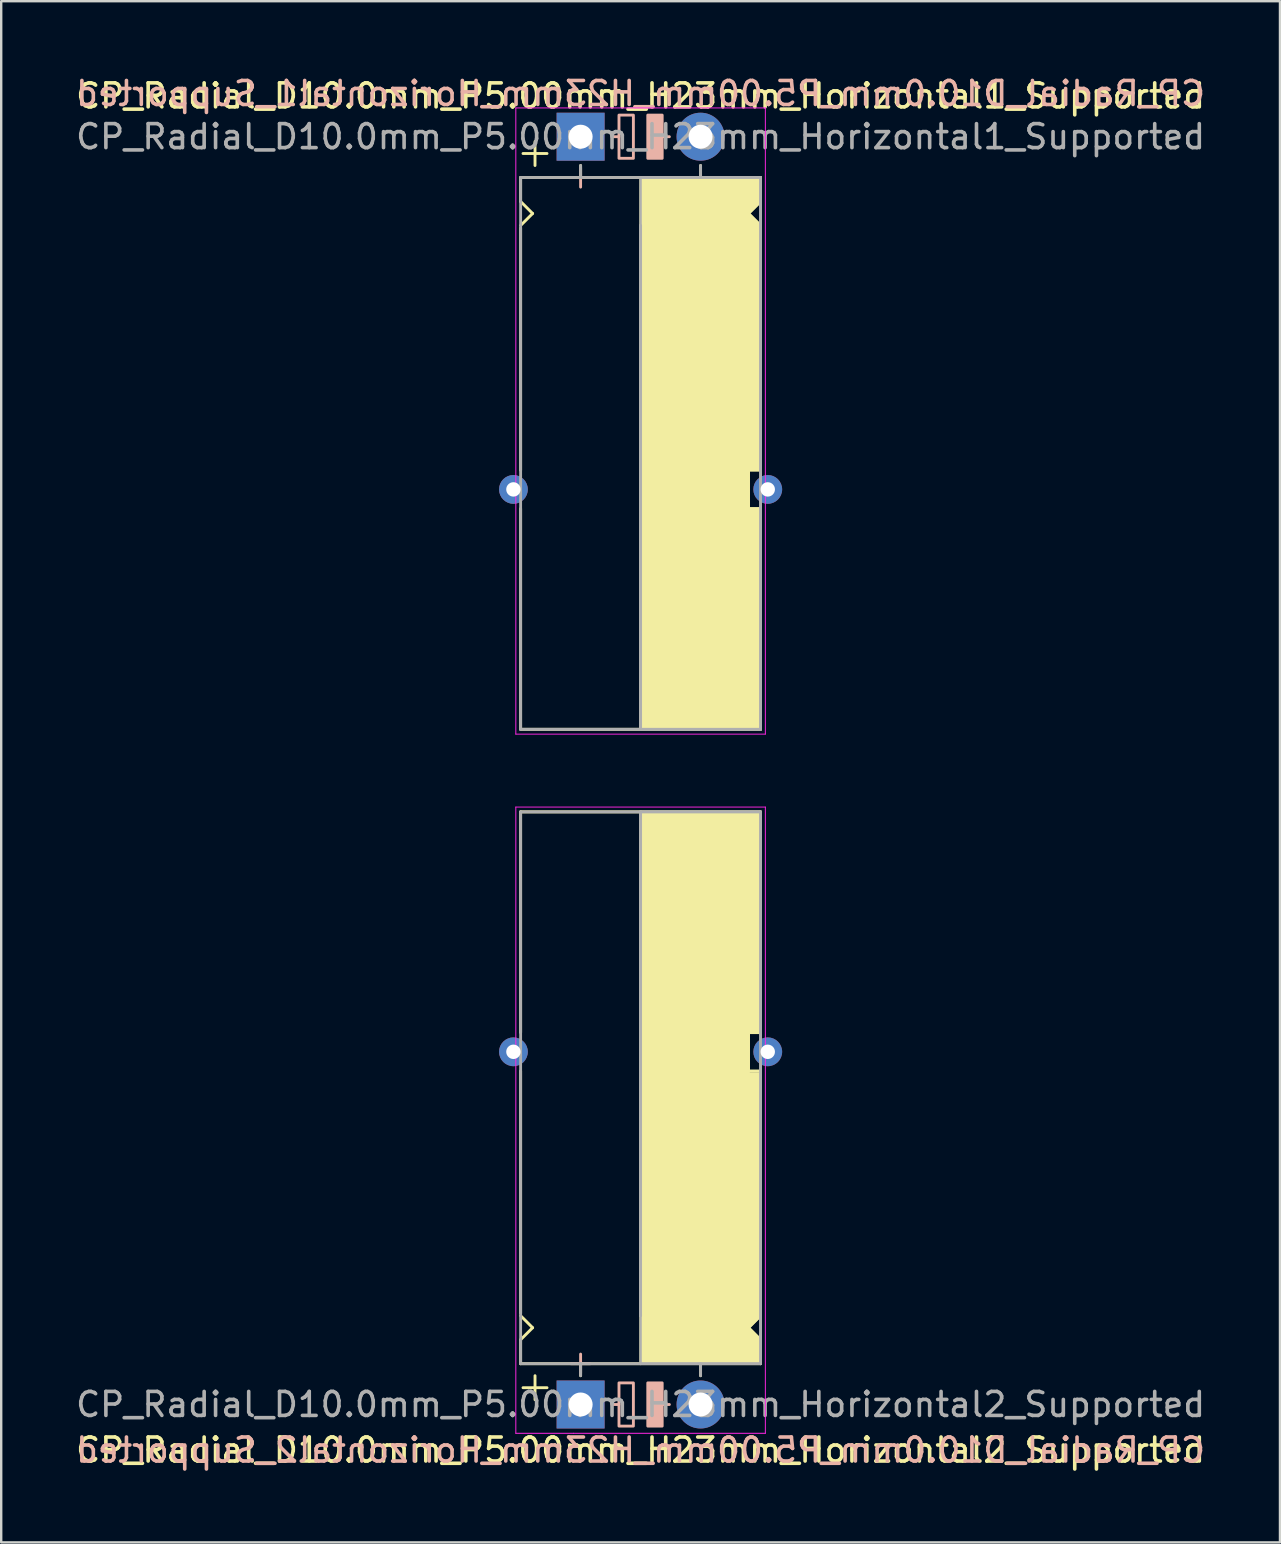
<source format=kicad_pcb>
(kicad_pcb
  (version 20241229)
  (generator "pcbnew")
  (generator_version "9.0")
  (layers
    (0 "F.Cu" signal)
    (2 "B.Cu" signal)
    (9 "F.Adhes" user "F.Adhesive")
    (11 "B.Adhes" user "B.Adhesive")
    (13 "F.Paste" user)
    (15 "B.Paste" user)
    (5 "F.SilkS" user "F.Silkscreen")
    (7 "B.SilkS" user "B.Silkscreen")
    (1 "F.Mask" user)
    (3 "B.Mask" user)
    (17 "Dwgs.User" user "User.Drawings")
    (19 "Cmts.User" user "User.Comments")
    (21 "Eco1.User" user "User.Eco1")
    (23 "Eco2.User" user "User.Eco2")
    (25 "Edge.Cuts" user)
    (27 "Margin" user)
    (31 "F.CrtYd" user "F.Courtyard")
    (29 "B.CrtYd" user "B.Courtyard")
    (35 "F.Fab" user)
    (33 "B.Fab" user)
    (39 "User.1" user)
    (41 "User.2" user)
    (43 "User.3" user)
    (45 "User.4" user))
  (footprint "CP_Radial_D10.0mm_P5.00mm_H23mm_Horizontal2_Supported"
    (layer "F.Cu")
    (at 21.149 55.488)
    (property "Reference" "CP_Radial_D10.0mm_P5.00mm_H23mm_Horizontal2_Supported" (at 2.5 1.9 180) (layer "F.SilkS") (effects (font (size 1 1) (thickness 0.15))))
    (fp_line (start -2.5 -24.7) (end 7.5 -24.7) (stroke (width 0.12) (type solid)) (layer "F.SilkS"))
    (fp_line (start -2.5 -15.5) (end -2.5 -24.7) (stroke (width 0.12) (type solid)) (layer "F.SilkS"))
    (fp_line (start -2.5 -3.8) (end -2.5 -13.9) (stroke (width 0.12) (type solid)) (layer "F.SilkS"))
    (fp_line (start -2.5 -2.7) (end -2 -3.2) (stroke (width 0.12) (type solid)) (layer "F.SilkS"))
    (fp_line (start -2.5 -1.7) (end -2.5 -2.7) (stroke (width 0.12) (type solid)) (layer "F.SilkS"))
    (fp_line (start -2 -3.2) (end -2.5 -3.7) (stroke (width 0.12) (type solid)) (layer "F.SilkS"))
    (fp_line (start -1.9 -1.2) (end -1.9 -0.2) (stroke (width 0.12) (type solid)) (layer "F.SilkS"))
    (fp_line (start -1.4 -0.7) (end -2.4 -0.7) (stroke (width 0.12) (type solid)) (layer "F.SilkS"))
    (fp_line (start 0 -1.7) (end 0 -1.2) (stroke (width 0.12) (type solid)) (layer "F.SilkS"))
    (fp_line (start 2.5 -24.7) (end 2.5 -3.7) (stroke (width 0.12) (type solid)) (layer "F.SilkS"))
    (fp_line (start 2.5 -1.7) (end -2.5 -1.7) (stroke (width 0.12) (type solid)) (layer "F.SilkS"))
    (fp_line (start 5 -1.7) (end 5 -1.2) (stroke (width 0.12) (type solid)) (layer "F.SilkS"))
    (fp_line (start 7 -15.5) (end 7 -14.9) (stroke (width 0.12) (type solid)) (layer "F.SilkS"))
    (fp_line (start 7 -14.9) (end 7 -13.9) (stroke (width 0.12) (type solid)) (layer "F.SilkS"))
    (fp_line (start 7 -13.9) (end 7.5 -13.9) (stroke (width 0.12) (type solid)) (layer "F.SilkS"))
    (fp_line (start 7 -3.2) (end 7.5 -3.7) (stroke (width 0.12) (type solid)) (layer "F.SilkS"))
    (fp_line (start 7.5 -15.5) (end 7 -15.5) (stroke (width 0.12) (type solid)) (layer "F.SilkS"))
    (fp_line (start 7.5 -15.5) (end 7.5 -24.7) (stroke (width 0.12) (type solid)) (layer "F.SilkS"))
    (fp_line (start 7.5 -4.7) (end 7.5 -13.9) (stroke (width 0.12) (type solid)) (layer "F.SilkS"))
    (fp_line (start 7.5 -2.7) (end 7 -3.2) (stroke (width 0.12) (type solid)) (layer "F.SilkS"))
    (fp_line (start 7.5 -1.7) (end 2.5 -1.7) (stroke (width 0.12) (type solid)) (layer "F.SilkS"))
    (fp_line (start 7.5 -1.7) (end 7.5 -2.7) (stroke (width 0.12) (type solid)) (layer "F.SilkS"))
    (fp_poly (pts (xy 7.5 -2.7) (xy 7 -3.2) (xy 7.5 -3.7) (xy 7.5 -13.8) (xy 7 -13.8) (xy 7 -15.5) (xy 7.5 -15.5) (xy 7.5 -24.7) (xy 2.5 -24.7) (xy 2.5 -1.7) (xy 7.5 -1.7)) (stroke (width 0.1) (type solid)) (fill yes) (layer "F.SilkS"))
    (fp_line (start 0 -2.1) (end 0 -1.3) (stroke (width 0.12) (type solid)) (layer "B.SilkS"))
    (fp_line (start 0.4 -1.7) (end -0.4 -1.7) (stroke (width 0.12) (type solid)) (layer "B.SilkS"))
    (fp_line (start 1.6 0) (end 1.3 0) (stroke (width 0.12) (type solid)) (layer "B.SilkS"))
    (fp_line (start 3.7 0) (end 3.4 0) (stroke (width 0.12) (type solid)) (layer "B.SilkS"))
    (fp_rect (start 2.2 -0.9) (end 1.6 0.9) (stroke (width 0.12) (type solid)) (fill no) (layer "B.SilkS"))
    (fp_rect (start 3.4 -0.9) (end 2.8 0.9) (stroke (width 0.12) (type solid)) (fill yes) (layer "B.SilkS"))
    (fp_line (start -2.7 -24.9) (end -2.7 1.2) (stroke (width 0.04) (type solid)) (layer "F.CrtYd"))
    (fp_line (start -2.7 1.2) (end -0.3 1.2) (stroke (width 0.04) (type solid)) (layer "F.CrtYd"))
    (fp_line (start 7.7 -24.9) (end -2.7 -24.9) (stroke (width 0.04) (type solid)) (layer "F.CrtYd"))
    (fp_line (start 7.7 1.2) (end -0.3 1.2) (stroke (width 0.04) (type solid)) (layer "F.CrtYd"))
    (fp_line (start 7.7 1.2) (end 7.7 -24.9) (stroke (width 0.04) (type solid)) (layer "F.CrtYd"))
    (fp_line (start -2.5 -24.7) (end 7.5 -24.7) (stroke (width 0.12) (type solid)) (layer "F.Fab"))
    (fp_line (start -2.5 -1.7) (end -2.5 -24.7) (stroke (width 0.12) (type solid)) (layer "F.Fab"))
    (fp_line (start 0 -1.7) (end 0 -1.2) (stroke (width 0.12) (type solid)) (layer "F.Fab"))
    (fp_line (start 2.5 -3.7) (end 2.5 -24.7) (stroke (width 0.12) (type solid)) (layer "F.Fab"))
    (fp_line (start 5 -1.7) (end 5 -1.2) (stroke (width 0.12) (type solid)) (layer "F.Fab"))
    (fp_line (start 7.5 -24.7) (end 7.5 -1.7) (stroke (width 0.12) (type solid)) (layer "F.Fab"))
    (fp_line (start 7.5 -1.7) (end -2.5 -1.7) (stroke (width 0.12) (type solid)) (layer "F.Fab"))
    (fp_poly (pts (xy 7.5 -24.7) (xy 2.5 -24.7) (xy 2.5 -1.7) (xy 7.5 -1.7)) (stroke (width 0.1) (type solid)) (fill no) (layer "F.Fab"))
    (fp_text user "${REFERENCE}" (at 2.5 1.9 0) (layer "B.SilkS") (effects (font (size 1 1) (thickness 0.15)) (justify mirror)))
    (fp_text user "${REFERENCE}" (at 2.5 0 0) (layer "F.Fab") (effects (font (size 1 1) (thickness 0.15))))
    (pad "1" thru_hole rect (at 0 0) (size 2 2) (drill 1) (layers "*.Cu" "*.Mask"))
    (pad "2" thru_hole circle (at 5 0) (size 2 2) (drill 1) (layers "*.Cu" "*.Mask"))
    (pad "~" thru_hole circle (at -2.8 -14.7 180) (size 1.2 1.2) (drill 0.6) (layers "*.Cu" "*.Mask"))
    (pad "~" thru_hole circle (at 7.8 -14.7 180) (size 1.2 1.2) (drill 0.6) (layers "*.Cu" "*.Mask")))
  (footprint "CP_Radial_D10.0mm_P5.00mm_H23mm_Horizontal1_Supported"
    (layer "F.Cu")
    (at 21.149 2.648)
    (property "Reference" "CP_Radial_D10.0mm_P5.00mm_H23mm_Horizontal1_Supported" (at 2.5 -1.7 0) (layer "F.SilkS") (effects (font (size 1 1) (thickness 0.15))))
    (fp_line (start -2.5 1.7) (end -2.5 2.7) (stroke (width 0.12) (type solid)) (layer "F.SilkS"))
    (fp_line (start -2.5 2.7) (end -2 3.2) (stroke (width 0.12) (type solid)) (layer "F.SilkS"))
    (fp_line (start -2.5 3.8) (end -2.5 13.9) (stroke (width 0.12) (type solid)) (layer "F.SilkS"))
    (fp_line (start -2.5 15.5) (end -2.5 24.7) (stroke (width 0.12) (type solid)) (layer "F.SilkS"))
    (fp_line (start -2.5 24.7) (end 7.5 24.7) (stroke (width 0.12) (type solid)) (layer "F.SilkS"))
    (fp_line (start -2 3.2) (end -2.5 3.7) (stroke (width 0.12) (type solid)) (layer "F.SilkS"))
    (fp_line (start -1.9 0.2) (end -1.9 1.2) (stroke (width 0.12) (type solid)) (layer "F.SilkS"))
    (fp_line (start -1.4 0.7) (end -2.4 0.7) (stroke (width 0.12) (type solid)) (layer "F.SilkS"))
    (fp_line (start 0 1.7) (end 0 1.2) (stroke (width 0.12) (type solid)) (layer "F.SilkS"))
    (fp_line (start 2.5 1.7) (end -2.5 1.7) (stroke (width 0.12) (type solid)) (layer "F.SilkS"))
    (fp_line (start 2.5 24.7) (end 2.5 3.7) (stroke (width 0.12) (type solid)) (layer "F.SilkS"))
    (fp_line (start 5 1.7) (end 5 1.2) (stroke (width 0.12) (type solid)) (layer "F.SilkS"))
    (fp_line (start 7 3.2) (end 7.5 3.7) (stroke (width 0.12) (type solid)) (layer "F.SilkS"))
    (fp_line (start 7 13.9) (end 7.5 13.9) (stroke (width 0.12) (type solid)) (layer "F.SilkS"))
    (fp_line (start 7 14.9) (end 7 13.9) (stroke (width 0.12) (type solid)) (layer "F.SilkS"))
    (fp_line (start 7 15.5) (end 7 14.9) (stroke (width 0.12) (type solid)) (layer "F.SilkS"))
    (fp_line (start 7.5 1.7) (end 2.5 1.7) (stroke (width 0.12) (type solid)) (layer "F.SilkS"))
    (fp_line (start 7.5 1.7) (end 7.5 2.7) (stroke (width 0.12) (type solid)) (layer "F.SilkS"))
    (fp_line (start 7.5 2.7) (end 7 3.2) (stroke (width 0.12) (type solid)) (layer "F.SilkS"))
    (fp_line (start 7.5 4.7) (end 7.5 13.9) (stroke (width 0.12) (type solid)) (layer "F.SilkS"))
    (fp_line (start 7.5 15.5) (end 7 15.5) (stroke (width 0.12) (type solid)) (layer "F.SilkS"))
    (fp_line (start 7.5 15.5) (end 7.5 24.7) (stroke (width 0.12) (type solid)) (layer "F.SilkS"))
    (fp_poly (pts (xy 7.5 2.7) (xy 7 3.2) (xy 7.5 3.7) (xy 7.5 13.8) (xy 7 13.8) (xy 7 15.5) (xy 7.5 15.5) (xy 7.5 24.7) (xy 2.5 24.7) (xy 2.5 1.7) (xy 7.5 1.7)) (stroke (width 0.1) (type solid)) (fill yes) (layer "F.SilkS"))
    (fp_line (start 0 1.3) (end 0 2.1) (stroke (width 0.12) (type solid)) (layer "B.SilkS"))
    (fp_line (start 0.4 1.7) (end -0.4 1.7) (stroke (width 0.12) (type solid)) (layer "B.SilkS"))
    (fp_line (start 1.6 0) (end 1.3 0) (stroke (width 0.12) (type solid)) (layer "B.SilkS"))
    (fp_line (start 3.7 0) (end 3.4 0) (stroke (width 0.12) (type solid)) (layer "B.SilkS"))
    (fp_rect (start 2.2 -0.9) (end 1.6 0.9) (stroke (width 0.12) (type solid)) (fill no) (layer "B.SilkS"))
    (fp_rect (start 3.4 -0.9) (end 2.8 0.9) (stroke (width 0.12) (type solid)) (fill yes) (layer "B.SilkS"))
    (fp_line (start -2.7 -1.2) (end 5.3 -1.2) (stroke (width 0.04) (type solid)) (layer "F.CrtYd"))
    (fp_line (start -2.7 24.9) (end -2.7 -1.2) (stroke (width 0.04) (type solid)) (layer "F.CrtYd"))
    (fp_line (start 5.3 -1.2) (end 7.7 -1.2) (stroke (width 0.04) (type solid)) (layer "F.CrtYd"))
    (fp_line (start 7.7 -1.2) (end 7.7 24.9) (stroke (width 0.04) (type solid)) (layer "F.CrtYd"))
    (fp_line (start 7.7 24.9) (end -2.7 24.9) (stroke (width 0.04) (type solid)) (layer "F.CrtYd"))
    (fp_line (start -2.5 1.7) (end -2.5 24.7) (stroke (width 0.12) (type solid)) (layer "F.Fab"))
    (fp_line (start -2.5 24.7) (end 7.5 24.7) (stroke (width 0.12) (type solid)) (layer "F.Fab"))
    (fp_line (start 0 1.7) (end 0 1.2) (stroke (width 0.12) (type solid)) (layer "F.Fab"))
    (fp_line (start 2.5 3.7) (end 2.5 24.7) (stroke (width 0.12) (type solid)) (layer "F.Fab"))
    (fp_line (start 5 1.7) (end 5 1.2) (stroke (width 0.12) (type solid)) (layer "F.Fab"))
    (fp_line (start 7.5 1.7) (end -2.5 1.7) (stroke (width 0.12) (type solid)) (layer "F.Fab"))
    (fp_line (start 7.5 24.7) (end 7.5 1.7) (stroke (width 0.12) (type solid)) (layer "F.Fab"))
    (fp_poly (pts (xy 7.5 24.7) (xy 2.5 24.7) (xy 2.5 1.7) (xy 7.5 1.7)) (stroke (width 0.1) (type solid)) (fill no) (layer "F.Fab"))
    (fp_text user "${REFERENCE}" (at 2.5 -1.8 0) (layer "B.SilkS") (effects (font (size 1 1) (thickness 0.15)) (justify mirror)))
    (fp_text user "${REFERENCE}" (at 2.5 0 0) (layer "F.Fab") (effects (font (size 1 1) (thickness 0.15))))
    (pad "1" thru_hole rect (at 0 0) (size 2 2) (drill 1) (layers "*.Cu" "*.Mask"))
    (pad "2" thru_hole circle (at 5 0) (size 2 2) (drill 1) (layers "*.Cu" "*.Mask"))
    (pad "~" thru_hole circle (at -2.8 14.7) (size 1.2 1.2) (drill 0.6) (layers "*.Cu" "*.Mask"))
    (pad "~" thru_hole circle (at 7.8 14.7) (size 1.2 1.2) (drill 0.6) (layers "*.Cu" "*.Mask")))
  (gr_rect
    (start -3 -3)
    (end 50.298 61.236)
    (stroke (width 0.1) (type default))
    (fill no)
    (layer "Edge.Cuts")))
</source>
